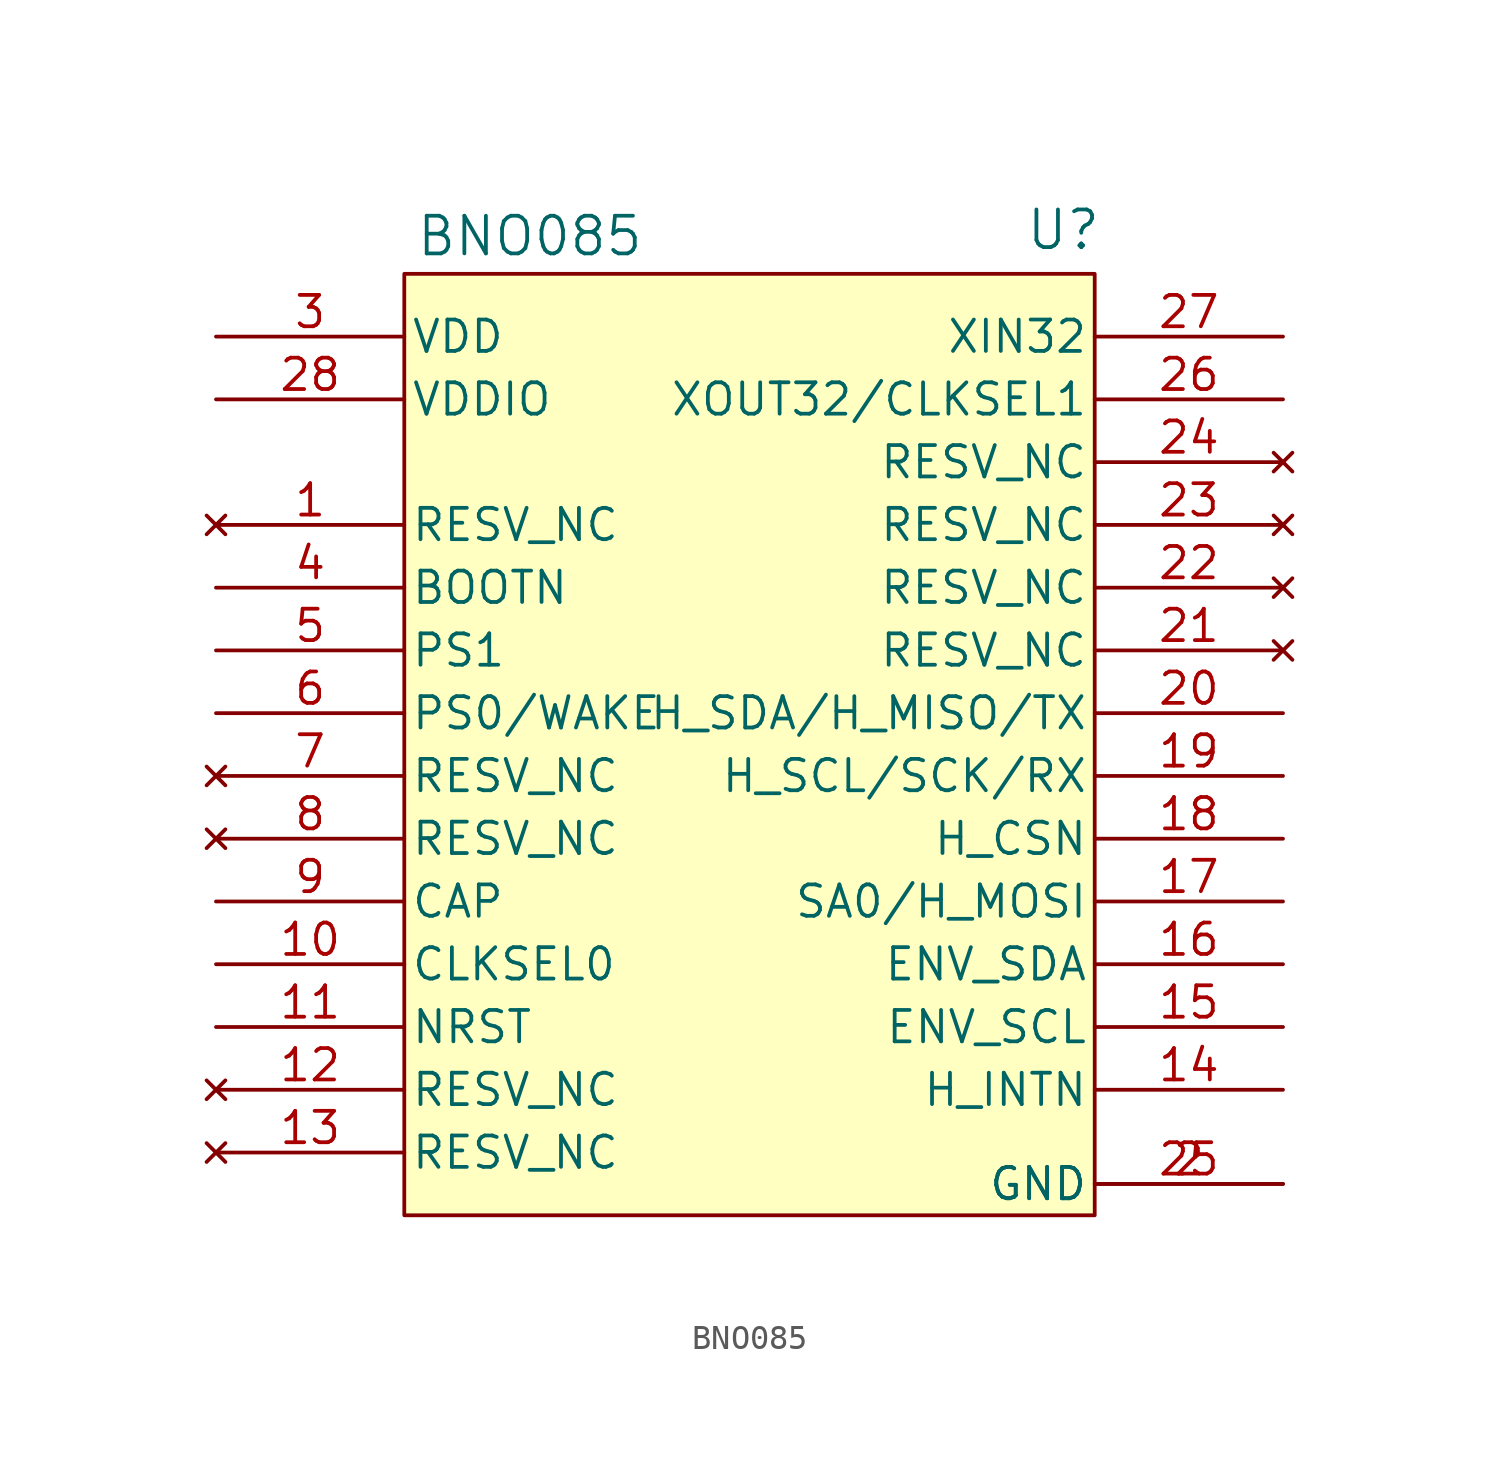
<source format=kicad_sym>
(kicad_symbol_lib
  (version 20231120)
  (generator "kicad_symbol_editor")
  (generator_version "8.0")
  (symbol "BNO085"
    (pin_names
      (offset 0.254))
    (property "Reference" "U"
      (at 34.29 4.318 0)
      (effects (font (size 1.524 1.524))))
    (property "Value" "BNO085"
      (at 12.7 4.064 0)
      (effects (font (size 1.524 1.524))))
    (property "ki_locked" ""
      (at 0 0 0)
      (effects (font (size 1.27 1.27))))
    (symbol "BNO085_0_1"
      (pin no_connect line (at 0 -7.62 0) (length 7.62) (name "RESV_NC" (effects (font (size 1.27 1.27)))) (number "1" (effects (font (size 1.27 1.27)))))
      (pin input line (at 0 -25.4 0) (length 7.62) (name "CLKSEL0" (effects (font (size 1.27 1.27)))) (number "10" (effects (font (size 1.27 1.27)))))
      (pin input line (at 0 -27.94 0) (length 7.62) (name "NRST" (effects (font (size 1.27 1.27)))) (number "11" (effects (font (size 1.27 1.27)))))
      (pin no_connect line (at 0 -30.48 0) (length 7.62) (name "RESV_NC" (effects (font (size 1.27 1.27)))) (number "12" (effects (font (size 1.27 1.27)))))
      (pin no_connect line (at 0 -33.02 0) (length 7.62) (name "RESV_NC" (effects (font (size 1.27 1.27)))) (number "13" (effects (font (size 1.27 1.27)))))
      (pin output line (at 43.18 -30.48 180) (length 7.62) (name "H_INTN" (effects (font (size 1.27 1.27)))) (number "14" (effects (font (size 1.27 1.27)))))
      (pin bidirectional line (at 43.18 -27.94 180) (length 7.62) (name "ENV_SCL" (effects (font (size 1.27 1.27)))) (number "15" (effects (font (size 1.27 1.27)))))
      (pin bidirectional line (at 43.18 -25.4 180) (length 7.62) (name "ENV_SDA" (effects (font (size 1.27 1.27)))) (number "16" (effects (font (size 1.27 1.27)))))
      (pin input line (at 43.18 -22.86 180) (length 7.62) (name "SA0/H_MOSI" (effects (font (size 1.27 1.27)))) (number "17" (effects (font (size 1.27 1.27)))))
      (pin input line (at 43.18 -20.32 180) (length 7.62) (name "H_CSN" (effects (font (size 1.27 1.27)))) (number "18" (effects (font (size 1.27 1.27)))))
      (pin bidirectional line (at 43.18 -17.78 180) (length 7.62) (name "H_SCL/SCK/RX" (effects (font (size 1.27 1.27)))) (number "19" (effects (font (size 1.27 1.27)))))
      (pin power_out line (at 43.18 -34.29 180) (length 7.62) (name "GND" (effects (font (size 1.27 1.27)))) (number "2" (effects (font (size 1.27 1.27)))))
      (pin bidirectional line (at 43.18 -15.24 180) (length 7.62) (name "H_SDA/H_MISO/TX" (effects (font (size 1.27 1.27)))) (number "20" (effects (font (size 1.27 1.27)))))
      (pin no_connect line (at 43.18 -12.7 180) (length 7.62) (name "RESV_NC" (effects (font (size 1.27 1.27)))) (number "21" (effects (font (size 1.27 1.27)))))
      (pin no_connect line (at 43.18 -10.16 180) (length 7.62) (name "RESV_NC" (effects (font (size 1.27 1.27)))) (number "22" (effects (font (size 1.27 1.27)))))
      (pin no_connect line (at 43.18 -7.62 180) (length 7.62) (name "RESV_NC" (effects (font (size 1.27 1.27)))) (number "23" (effects (font (size 1.27 1.27)))))
      (pin no_connect line (at 43.18 -5.08 180) (length 7.62) (name "RESV_NC" (effects (font (size 1.27 1.27)))) (number "24" (effects (font (size 1.27 1.27)))))
      (pin power_out line (at 43.18 -34.29 180) (length 7.62) (name "GND" (effects (font (size 1.27 1.27)))) (number "25" (effects (font (size 1.27 1.27)))))
      (pin output line (at 43.18 -2.54 180) (length 7.62) (name "XOUT32/CLKSEL1" (effects (font (size 1.27 1.27)))) (number "26" (effects (font (size 1.27 1.27)))))
      (pin input line (at 43.18 0 180) (length 7.62) (name "XIN32" (effects (font (size 1.27 1.27)))) (number "27" (effects (font (size 1.27 1.27)))))
      (pin power_in line (at 0 -2.54 0) (length 7.62) (name "VDDIO" (effects (font (size 1.27 1.27)))) (number "28" (effects (font (size 1.27 1.27)))))
      (pin power_in line (at 0 0 0) (length 7.62) (name "VDD" (effects (font (size 1.27 1.27)))) (number "3" (effects (font (size 1.27 1.27)))))
      (pin input line (at 0 -10.16 0) (length 7.62) (name "BOOTN" (effects (font (size 1.27 1.27)))) (number "4" (effects (font (size 1.27 1.27)))))
      (pin input line (at 0 -12.7 0) (length 7.62) (name "PS1" (effects (font (size 1.27 1.27)))) (number "5" (effects (font (size 1.27 1.27)))))
      (pin input line (at 0 -15.24 0) (length 7.62) (name "PS0/WAKE" (effects (font (size 1.27 1.27)))) (number "6" (effects (font (size 1.27 1.27)))))
      (pin no_connect line (at 0 -17.78 0) (length 7.62) (name "RESV_NC" (effects (font (size 1.27 1.27)))) (number "7" (effects (font (size 1.27 1.27)))))
      (pin no_connect line (at 0 -20.32 0) (length 7.62) (name "RESV_NC" (effects (font (size 1.27 1.27)))) (number "8" (effects (font (size 1.27 1.27)))))
      (pin power_in line (at 0 -22.86 0) (length 7.62) (name "CAP" (effects (font (size 1.27 1.27)))) (number "9" (effects (font (size 1.27 1.27))))))
    (symbol "BNO085_1_1"
      (rectangle (start 7.62 2.54) (end 35.56 -35.56) (stroke (width 0) (type default)) (fill (type background))))))
</source>
